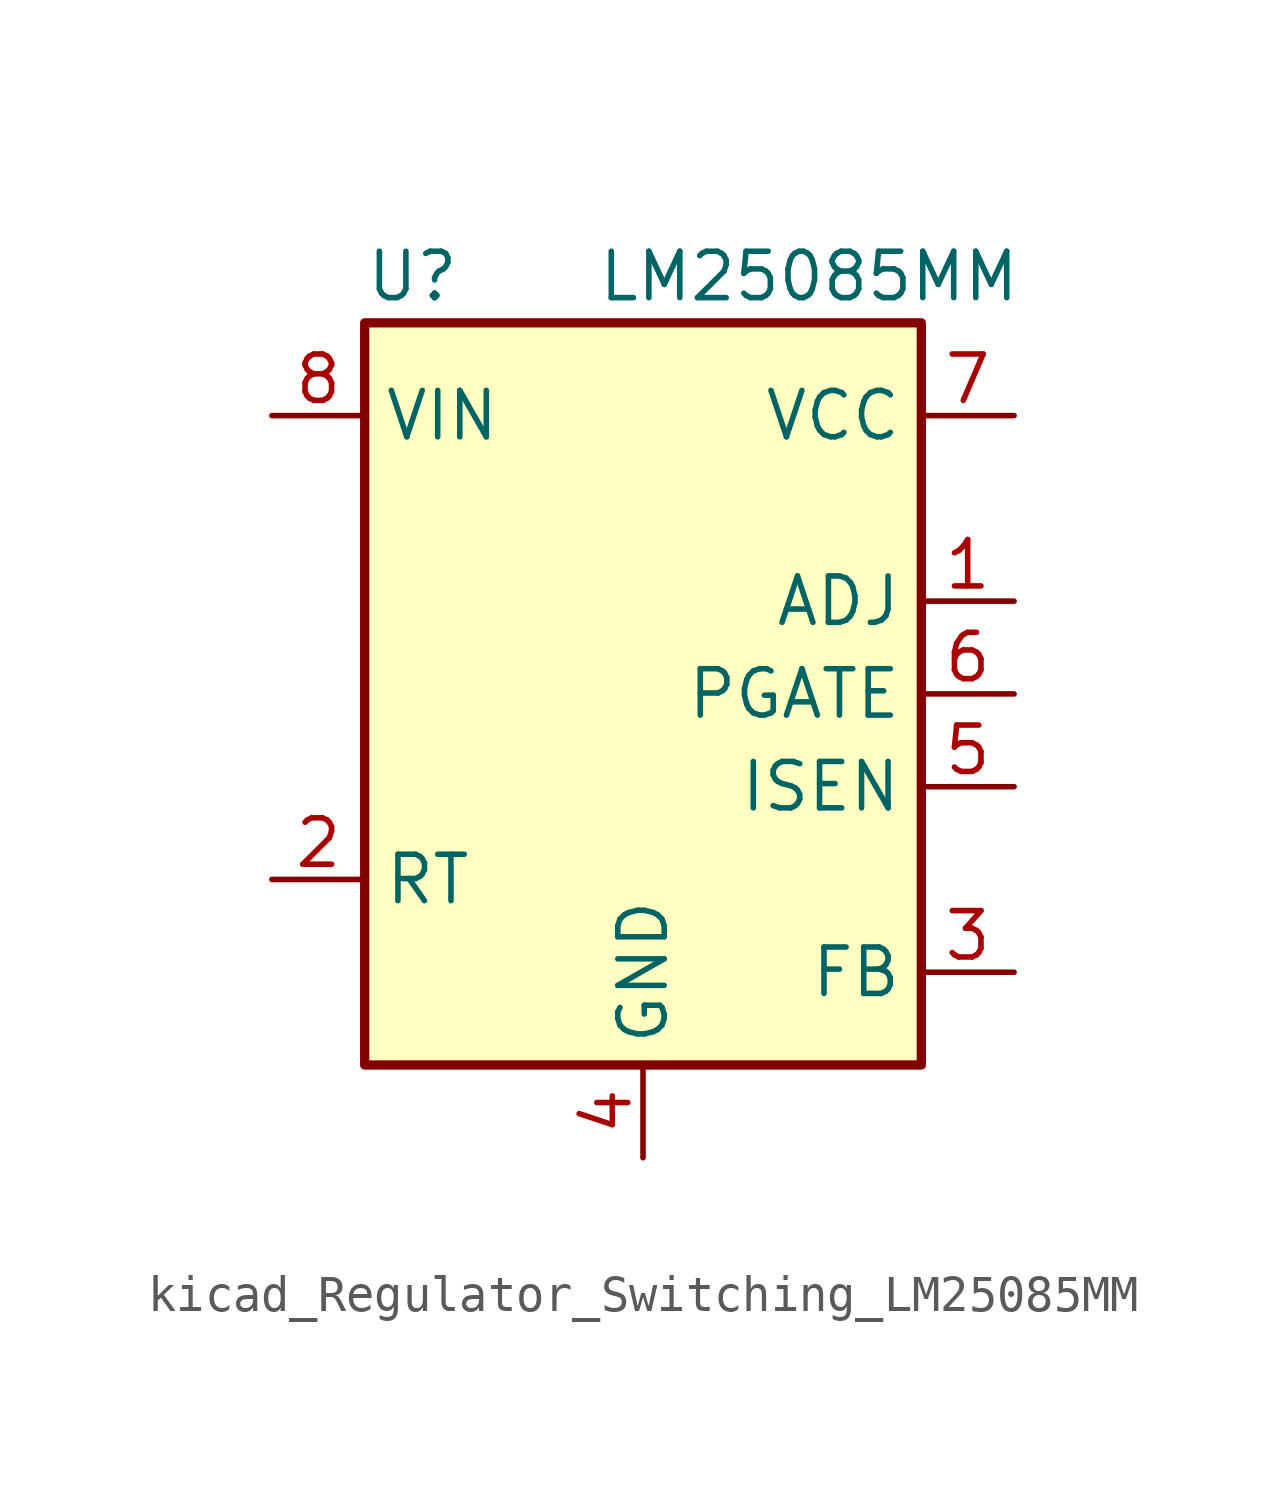
<source format=kicad_sym>
(kicad_symbol_lib
  (version 20220914)
  (generator kicad_symbol_editor)
  (symbol "kicad_Regulator_Switching_LM25085MM"
    (property "Reference" "U"
      (at -7.62 11.43 0)
      (effects (font (size 1.27 1.27)) (justify left)))
    (property "Value" "LM25085MM"
      (at -1.27 11.43 0)
      (effects (font (size 1.27 1.27)) (justify left)))
    (symbol "kicad_Regulator_Switching_LM25085MM_0_1"
      (rectangle (start -7.62 10.16) (end 7.62 -10.16) (stroke (width 0.254) (type default)) (fill (type background))))
    (symbol "kicad_Regulator_Switching_LM25085MM_1_1"
      (pin input line (at 10.16 2.54 180) (length 2.54) (name "ADJ" (effects (font (size 1.27 1.27)))) (number "1" (effects (font (size 1.27 1.27)))))
      (pin input line (at -10.16 -5.08 0) (length 2.54) (name "RT" (effects (font (size 1.27 1.27)))) (number "2" (effects (font (size 1.27 1.27)))))
      (pin input line (at 10.16 -7.62 180) (length 2.54) (name "FB" (effects (font (size 1.27 1.27)))) (number "3" (effects (font (size 1.27 1.27)))))
      (pin power_in line (at 0 -12.7 90) (length 2.54) (name "GND" (effects (font (size 1.27 1.27)))) (number "4" (effects (font (size 1.27 1.27)))))
      (pin input line (at 10.16 -2.54 180) (length 2.54) (name "ISEN" (effects (font (size 1.27 1.27)))) (number "5" (effects (font (size 1.27 1.27)))))
      (pin output line (at 10.16 0 180) (length 2.54) (name "PGATE" (effects (font (size 1.27 1.27)))) (number "6" (effects (font (size 1.27 1.27)))))
      (pin power_out line (at 10.16 7.62 180) (length 2.54) (name "VCC" (effects (font (size 1.27 1.27)))) (number "7" (effects (font (size 1.27 1.27)))))
      (pin power_in line (at -10.16 7.62 0) (length 2.54) (name "VIN" (effects (font (size 1.27 1.27)))) (number "8" (effects (font (size 1.27 1.27))))))))
</source>
